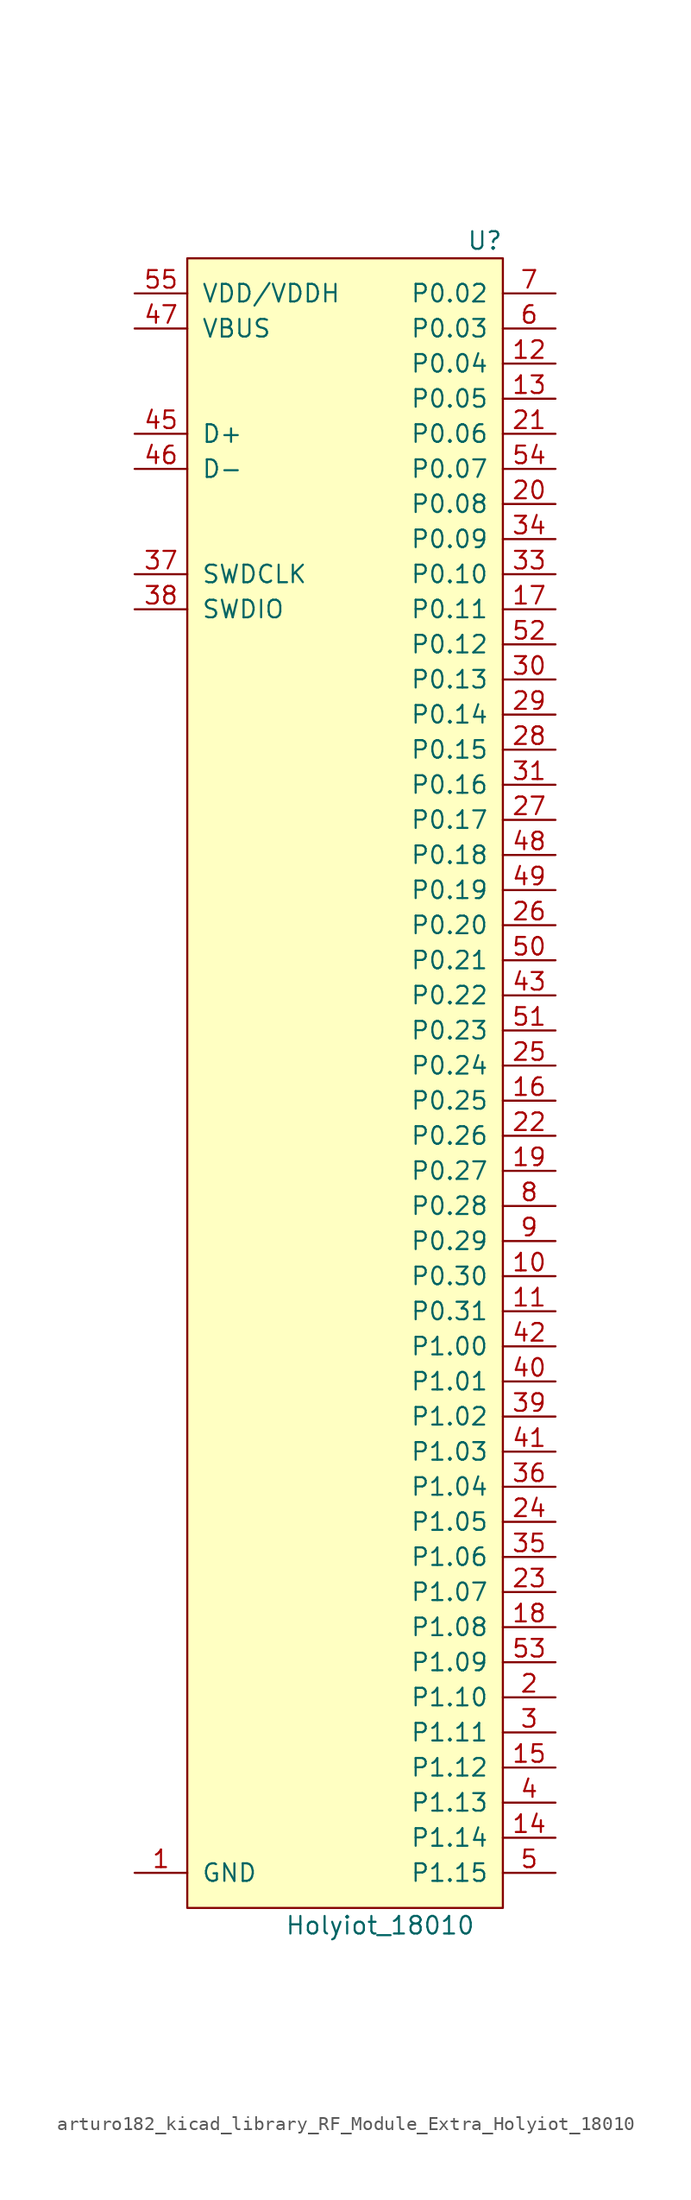
<source format=kicad_sym>
(kicad_symbol_lib
  (version 20220914)
  (generator kicad_symbol_editor)
  (symbol "arturo182_kicad_library_RF_Module_Extra_Holyiot_18010"
    (pin_names
      (offset 1.016))
    (property "Reference" "U"
      (at 11.43 57.15 0)
      (effects (font (size 1.27 1.27)) (justify right)))
    (property "Value" "Holyiot_18010"
      (at 2.54 -64.77 0)
      (effects (font (size 1.27 1.27))))
    (symbol "arturo182_kicad_library_RF_Module_Extra_Holyiot_18010_0_1"
      (rectangle (start -11.43 55.88) (end 11.43 -63.5) (stroke (width 0) (type default)) (fill (type background))))
    (symbol "arturo182_kicad_library_RF_Module_Extra_Holyiot_18010_1_1"
      (pin power_in line (at -15.24 -60.96 0) (length 3.81) (name "GND" (effects (font (size 1.27 1.27)))) (number "1" (effects (font (size 1.27 1.27)))))
      (pin bidirectional line (at 15.24 -17.78 180) (length 3.81) (name "P0.30" (effects (font (size 1.27 1.27)))) (number "10" (effects (font (size 1.27 1.27)))))
      (pin bidirectional line (at 15.24 -20.32 180) (length 3.81) (name "P0.31" (effects (font (size 1.27 1.27)))) (number "11" (effects (font (size 1.27 1.27)))))
      (pin bidirectional line (at 15.24 48.26 180) (length 3.81) (name "P0.04" (effects (font (size 1.27 1.27)))) (number "12" (effects (font (size 1.27 1.27)))))
      (pin bidirectional line (at 15.24 45.72 180) (length 3.81) (name "P0.05" (effects (font (size 1.27 1.27)))) (number "13" (effects (font (size 1.27 1.27)))))
      (pin bidirectional line (at 15.24 -58.42 180) (length 3.81) (name "P1.14" (effects (font (size 1.27 1.27)))) (number "14" (effects (font (size 1.27 1.27)))))
      (pin bidirectional line (at 15.24 -53.34 180) (length 3.81) (name "P1.12" (effects (font (size 1.27 1.27)))) (number "15" (effects (font (size 1.27 1.27)))))
      (pin bidirectional line (at 15.24 -5.08 180) (length 3.81) (name "P0.25" (effects (font (size 1.27 1.27)))) (number "16" (effects (font (size 1.27 1.27)))))
      (pin bidirectional line (at 15.24 30.48 180) (length 3.81) (name "P0.11" (effects (font (size 1.27 1.27)))) (number "17" (effects (font (size 1.27 1.27)))))
      (pin bidirectional line (at 15.24 -43.18 180) (length 3.81) (name "P1.08" (effects (font (size 1.27 1.27)))) (number "18" (effects (font (size 1.27 1.27)))))
      (pin bidirectional line (at 15.24 -10.16 180) (length 3.81) (name "P0.27" (effects (font (size 1.27 1.27)))) (number "19" (effects (font (size 1.27 1.27)))))
      (pin bidirectional line (at 15.24 -48.26 180) (length 3.81) (name "P1.10" (effects (font (size 1.27 1.27)))) (number "2" (effects (font (size 1.27 1.27)))))
      (pin bidirectional line (at 15.24 38.1 180) (length 3.81) (name "P0.08" (effects (font (size 1.27 1.27)))) (number "20" (effects (font (size 1.27 1.27)))))
      (pin bidirectional line (at 15.24 43.18 180) (length 3.81) (name "P0.06" (effects (font (size 1.27 1.27)))) (number "21" (effects (font (size 1.27 1.27)))))
      (pin bidirectional line (at 15.24 -7.62 180) (length 3.81) (name "P0.26" (effects (font (size 1.27 1.27)))) (number "22" (effects (font (size 1.27 1.27)))))
      (pin bidirectional line (at 15.24 -40.64 180) (length 3.81) (name "P1.07" (effects (font (size 1.27 1.27)))) (number "23" (effects (font (size 1.27 1.27)))))
      (pin bidirectional line (at 15.24 -35.56 180) (length 3.81) (name "P1.05" (effects (font (size 1.27 1.27)))) (number "24" (effects (font (size 1.27 1.27)))))
      (pin bidirectional line (at 15.24 -2.54 180) (length 3.81) (name "P0.24" (effects (font (size 1.27 1.27)))) (number "25" (effects (font (size 1.27 1.27)))))
      (pin bidirectional line (at 15.24 7.62 180) (length 3.81) (name "P0.20" (effects (font (size 1.27 1.27)))) (number "26" (effects (font (size 1.27 1.27)))))
      (pin bidirectional line (at 15.24 15.24 180) (length 3.81) (name "P0.17" (effects (font (size 1.27 1.27)))) (number "27" (effects (font (size 1.27 1.27)))))
      (pin bidirectional line (at 15.24 20.32 180) (length 3.81) (name "P0.15" (effects (font (size 1.27 1.27)))) (number "28" (effects (font (size 1.27 1.27)))))
      (pin bidirectional line (at 15.24 22.86 180) (length 3.81) (name "P0.14" (effects (font (size 1.27 1.27)))) (number "29" (effects (font (size 1.27 1.27)))))
      (pin bidirectional line (at 15.24 -50.8 180) (length 3.81) (name "P1.11" (effects (font (size 1.27 1.27)))) (number "3" (effects (font (size 1.27 1.27)))))
      (pin bidirectional line (at 15.24 25.4 180) (length 3.81) (name "P0.13" (effects (font (size 1.27 1.27)))) (number "30" (effects (font (size 1.27 1.27)))))
      (pin bidirectional line (at 15.24 17.78 180) (length 3.81) (name "P0.16" (effects (font (size 1.27 1.27)))) (number "31" (effects (font (size 1.27 1.27)))))
      (pin passive line (at -15.24 -60.96 0) (length 3.81) hide (name "GND" (effects (font (size 1.27 1.27)))) (number "32" (effects (font (size 1.27 1.27)))))
      (pin bidirectional line (at 15.24 33.02 180) (length 3.81) (name "P0.10" (effects (font (size 1.27 1.27)))) (number "33" (effects (font (size 1.27 1.27)))))
      (pin bidirectional line (at 15.24 35.56 180) (length 3.81) (name "P0.09" (effects (font (size 1.27 1.27)))) (number "34" (effects (font (size 1.27 1.27)))))
      (pin bidirectional line (at 15.24 -38.1 180) (length 3.81) (name "P1.06" (effects (font (size 1.27 1.27)))) (number "35" (effects (font (size 1.27 1.27)))))
      (pin bidirectional line (at 15.24 -33.02 180) (length 3.81) (name "P1.04" (effects (font (size 1.27 1.27)))) (number "36" (effects (font (size 1.27 1.27)))))
      (pin input line (at -15.24 33.02 0) (length 3.81) (name "SWDCLK" (effects (font (size 1.27 1.27)))) (number "37" (effects (font (size 1.27 1.27)))))
      (pin bidirectional line (at -15.24 30.48 0) (length 3.81) (name "SWDIO" (effects (font (size 1.27 1.27)))) (number "38" (effects (font (size 1.27 1.27)))))
      (pin bidirectional line (at 15.24 -27.94 180) (length 3.81) (name "P1.02" (effects (font (size 1.27 1.27)))) (number "39" (effects (font (size 1.27 1.27)))))
      (pin bidirectional line (at 15.24 -55.88 180) (length 3.81) (name "P1.13" (effects (font (size 1.27 1.27)))) (number "4" (effects (font (size 1.27 1.27)))))
      (pin bidirectional line (at 15.24 -25.4 180) (length 3.81) (name "P1.01" (effects (font (size 1.27 1.27)))) (number "40" (effects (font (size 1.27 1.27)))))
      (pin bidirectional line (at 15.24 -30.48 180) (length 3.81) (name "P1.03" (effects (font (size 1.27 1.27)))) (number "41" (effects (font (size 1.27 1.27)))))
      (pin bidirectional line (at 15.24 -22.86 180) (length 3.81) (name "P1.00" (effects (font (size 1.27 1.27)))) (number "42" (effects (font (size 1.27 1.27)))))
      (pin bidirectional line (at 15.24 2.54 180) (length 3.81) (name "P0.22" (effects (font (size 1.27 1.27)))) (number "43" (effects (font (size 1.27 1.27)))))
      (pin passive line (at -15.24 -60.96 0) (length 3.81) hide (name "GND" (effects (font (size 1.27 1.27)))) (number "44" (effects (font (size 1.27 1.27)))))
      (pin bidirectional line (at -15.24 43.18 0) (length 3.81) (name "D+" (effects (font (size 1.27 1.27)))) (number "45" (effects (font (size 1.27 1.27)))))
      (pin bidirectional line (at -15.24 40.64 0) (length 3.81) (name "D-" (effects (font (size 1.27 1.27)))) (number "46" (effects (font (size 1.27 1.27)))))
      (pin power_in line (at -15.24 50.8 0) (length 3.81) (name "VBUS" (effects (font (size 1.27 1.27)))) (number "47" (effects (font (size 1.27 1.27)))))
      (pin bidirectional line (at 15.24 12.7 180) (length 3.81) (name "P0.18" (effects (font (size 1.27 1.27)))) (number "48" (effects (font (size 1.27 1.27)))))
      (pin bidirectional line (at 15.24 10.16 180) (length 3.81) (name "P0.19" (effects (font (size 1.27 1.27)))) (number "49" (effects (font (size 1.27 1.27)))))
      (pin bidirectional line (at 15.24 -60.96 180) (length 3.81) (name "P1.15" (effects (font (size 1.27 1.27)))) (number "5" (effects (font (size 1.27 1.27)))))
      (pin bidirectional line (at 15.24 5.08 180) (length 3.81) (name "P0.21" (effects (font (size 1.27 1.27)))) (number "50" (effects (font (size 1.27 1.27)))))
      (pin bidirectional line (at 15.24 0 180) (length 3.81) (name "P0.23" (effects (font (size 1.27 1.27)))) (number "51" (effects (font (size 1.27 1.27)))))
      (pin bidirectional line (at 15.24 27.94 180) (length 3.81) (name "P0.12" (effects (font (size 1.27 1.27)))) (number "52" (effects (font (size 1.27 1.27)))))
      (pin bidirectional line (at 15.24 -45.72 180) (length 3.81) (name "P1.09" (effects (font (size 1.27 1.27)))) (number "53" (effects (font (size 1.27 1.27)))))
      (pin bidirectional line (at 15.24 40.64 180) (length 3.81) (name "P0.07" (effects (font (size 1.27 1.27)))) (number "54" (effects (font (size 1.27 1.27)))))
      (pin power_in line (at -15.24 53.34 0) (length 3.81) (name "VDD/VDDH" (effects (font (size 1.27 1.27)))) (number "55" (effects (font (size 1.27 1.27)))))
      (pin bidirectional line (at 15.24 50.8 180) (length 3.81) (name "P0.03" (effects (font (size 1.27 1.27)))) (number "6" (effects (font (size 1.27 1.27)))))
      (pin bidirectional line (at 15.24 53.34 180) (length 3.81) (name "P0.02" (effects (font (size 1.27 1.27)))) (number "7" (effects (font (size 1.27 1.27)))))
      (pin bidirectional line (at 15.24 -12.7 180) (length 3.81) (name "P0.28" (effects (font (size 1.27 1.27)))) (number "8" (effects (font (size 1.27 1.27)))))
      (pin bidirectional line (at 15.24 -15.24 180) (length 3.81) (name "P0.29" (effects (font (size 1.27 1.27)))) (number "9" (effects (font (size 1.27 1.27))))))))
</source>
